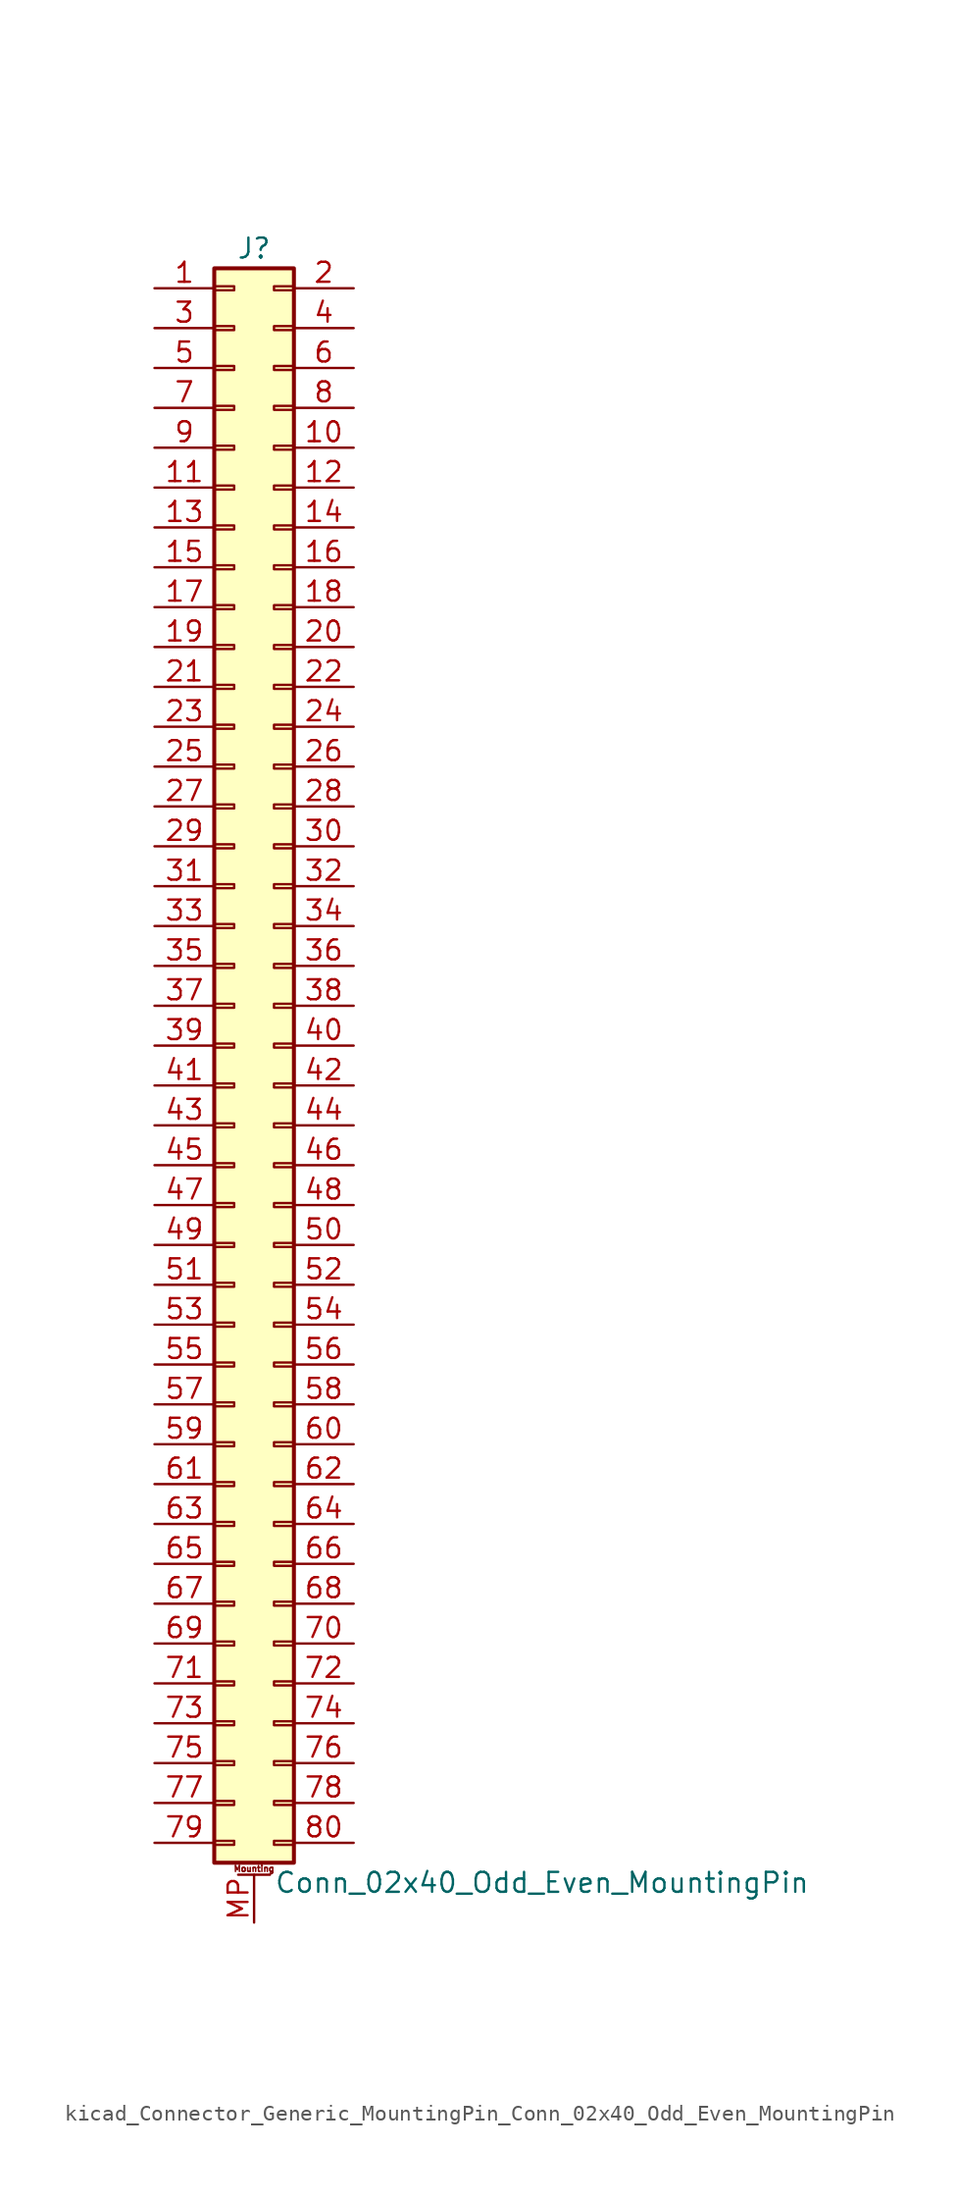
<source format=kicad_sym>
(kicad_symbol_lib
  (version 20220914)
  (generator kicad_symbol_editor)
  (symbol "kicad_Connector_Generic_MountingPin_Conn_02x40_Odd_Even_MountingPin"
    (pin_names
      (offset 1.016) hide)
    (property "Reference" "J"
      (at 1.27 50.8 0)
      (effects (font (size 1.27 1.27))))
    (property "Value" "Conn_02x40_Odd_Even_MountingPin"
      (at 2.54 -53.34 0)
      (effects (font (size 1.27 1.27)) (justify left)))
    (symbol "kicad_Connector_Generic_MountingPin_Conn_02x40_Odd_Even_MountingPin_1_1"
      (rectangle (start -1.27 -50.673) (end 0 -50.927) (stroke (width 0.152) (type default)) (fill (type none)))
      (rectangle (start -1.27 -48.133) (end 0 -48.387) (stroke (width 0.152) (type default)) (fill (type none)))
      (rectangle (start -1.27 -45.593) (end 0 -45.847) (stroke (width 0.152) (type default)) (fill (type none)))
      (rectangle (start -1.27 -43.053) (end 0 -43.307) (stroke (width 0.152) (type default)) (fill (type none)))
      (rectangle (start -1.27 -40.513) (end 0 -40.767) (stroke (width 0.152) (type default)) (fill (type none)))
      (rectangle (start -1.27 -37.973) (end 0 -38.227) (stroke (width 0.152) (type default)) (fill (type none)))
      (rectangle (start -1.27 -35.433) (end 0 -35.687) (stroke (width 0.152) (type default)) (fill (type none)))
      (rectangle (start -1.27 -32.893) (end 0 -33.147) (stroke (width 0.152) (type default)) (fill (type none)))
      (rectangle (start -1.27 -30.353) (end 0 -30.607) (stroke (width 0.152) (type default)) (fill (type none)))
      (rectangle (start -1.27 -27.813) (end 0 -28.067) (stroke (width 0.152) (type default)) (fill (type none)))
      (rectangle (start -1.27 -25.273) (end 0 -25.527) (stroke (width 0.152) (type default)) (fill (type none)))
      (rectangle (start -1.27 -22.733) (end 0 -22.987) (stroke (width 0.152) (type default)) (fill (type none)))
      (rectangle (start -1.27 -20.193) (end 0 -20.447) (stroke (width 0.152) (type default)) (fill (type none)))
      (rectangle (start -1.27 -17.653) (end 0 -17.907) (stroke (width 0.152) (type default)) (fill (type none)))
      (rectangle (start -1.27 -15.113) (end 0 -15.367) (stroke (width 0.152) (type default)) (fill (type none)))
      (rectangle (start -1.27 -12.573) (end 0 -12.827) (stroke (width 0.152) (type default)) (fill (type none)))
      (rectangle (start -1.27 -10.033) (end 0 -10.287) (stroke (width 0.152) (type default)) (fill (type none)))
      (rectangle (start -1.27 -7.493) (end 0 -7.747) (stroke (width 0.152) (type default)) (fill (type none)))
      (rectangle (start -1.27 -4.953) (end 0 -5.207) (stroke (width 0.152) (type default)) (fill (type none)))
      (rectangle (start -1.27 -2.413) (end 0 -2.667) (stroke (width 0.152) (type default)) (fill (type none)))
      (rectangle (start -1.27 0.127) (end 0 -0.127) (stroke (width 0.152) (type default)) (fill (type none)))
      (rectangle (start -1.27 2.667) (end 0 2.413) (stroke (width 0.152) (type default)) (fill (type none)))
      (rectangle (start -1.27 5.207) (end 0 4.953) (stroke (width 0.152) (type default)) (fill (type none)))
      (rectangle (start -1.27 7.747) (end 0 7.493) (stroke (width 0.152) (type default)) (fill (type none)))
      (rectangle (start -1.27 10.287) (end 0 10.033) (stroke (width 0.152) (type default)) (fill (type none)))
      (rectangle (start -1.27 12.827) (end 0 12.573) (stroke (width 0.152) (type default)) (fill (type none)))
      (rectangle (start -1.27 15.367) (end 0 15.113) (stroke (width 0.152) (type default)) (fill (type none)))
      (rectangle (start -1.27 17.907) (end 0 17.653) (stroke (width 0.152) (type default)) (fill (type none)))
      (rectangle (start -1.27 20.447) (end 0 20.193) (stroke (width 0.152) (type default)) (fill (type none)))
      (rectangle (start -1.27 22.987) (end 0 22.733) (stroke (width 0.152) (type default)) (fill (type none)))
      (rectangle (start -1.27 25.527) (end 0 25.273) (stroke (width 0.152) (type default)) (fill (type none)))
      (rectangle (start -1.27 28.067) (end 0 27.813) (stroke (width 0.152) (type default)) (fill (type none)))
      (rectangle (start -1.27 30.607) (end 0 30.353) (stroke (width 0.152) (type default)) (fill (type none)))
      (rectangle (start -1.27 33.147) (end 0 32.893) (stroke (width 0.152) (type default)) (fill (type none)))
      (rectangle (start -1.27 35.687) (end 0 35.433) (stroke (width 0.152) (type default)) (fill (type none)))
      (rectangle (start -1.27 38.227) (end 0 37.973) (stroke (width 0.152) (type default)) (fill (type none)))
      (rectangle (start -1.27 40.767) (end 0 40.513) (stroke (width 0.152) (type default)) (fill (type none)))
      (rectangle (start -1.27 43.307) (end 0 43.053) (stroke (width 0.152) (type default)) (fill (type none)))
      (rectangle (start -1.27 45.847) (end 0 45.593) (stroke (width 0.152) (type default)) (fill (type none)))
      (rectangle (start -1.27 48.387) (end 0 48.133) (stroke (width 0.152) (type default)) (fill (type none)))
      (rectangle (start -1.27 49.53) (end 3.81 -52.07) (stroke (width 0.254) (type default)) (fill (type background)))
      (polyline (pts (xy 0.254 -52.832) (xy 2.286 -52.832)) (stroke (width 0.152) (type default)) (fill (type none)))
      (rectangle (start 3.81 -50.673) (end 2.54 -50.927) (stroke (width 0.152) (type default)) (fill (type none)))
      (rectangle (start 3.81 -48.133) (end 2.54 -48.387) (stroke (width 0.152) (type default)) (fill (type none)))
      (rectangle (start 3.81 -45.593) (end 2.54 -45.847) (stroke (width 0.152) (type default)) (fill (type none)))
      (rectangle (start 3.81 -43.053) (end 2.54 -43.307) (stroke (width 0.152) (type default)) (fill (type none)))
      (rectangle (start 3.81 -40.513) (end 2.54 -40.767) (stroke (width 0.152) (type default)) (fill (type none)))
      (rectangle (start 3.81 -37.973) (end 2.54 -38.227) (stroke (width 0.152) (type default)) (fill (type none)))
      (rectangle (start 3.81 -35.433) (end 2.54 -35.687) (stroke (width 0.152) (type default)) (fill (type none)))
      (rectangle (start 3.81 -32.893) (end 2.54 -33.147) (stroke (width 0.152) (type default)) (fill (type none)))
      (rectangle (start 3.81 -30.353) (end 2.54 -30.607) (stroke (width 0.152) (type default)) (fill (type none)))
      (rectangle (start 3.81 -27.813) (end 2.54 -28.067) (stroke (width 0.152) (type default)) (fill (type none)))
      (rectangle (start 3.81 -25.273) (end 2.54 -25.527) (stroke (width 0.152) (type default)) (fill (type none)))
      (rectangle (start 3.81 -22.733) (end 2.54 -22.987) (stroke (width 0.152) (type default)) (fill (type none)))
      (rectangle (start 3.81 -20.193) (end 2.54 -20.447) (stroke (width 0.152) (type default)) (fill (type none)))
      (rectangle (start 3.81 -17.653) (end 2.54 -17.907) (stroke (width 0.152) (type default)) (fill (type none)))
      (rectangle (start 3.81 -15.113) (end 2.54 -15.367) (stroke (width 0.152) (type default)) (fill (type none)))
      (rectangle (start 3.81 -12.573) (end 2.54 -12.827) (stroke (width 0.152) (type default)) (fill (type none)))
      (rectangle (start 3.81 -10.033) (end 2.54 -10.287) (stroke (width 0.152) (type default)) (fill (type none)))
      (rectangle (start 3.81 -7.493) (end 2.54 -7.747) (stroke (width 0.152) (type default)) (fill (type none)))
      (rectangle (start 3.81 -4.953) (end 2.54 -5.207) (stroke (width 0.152) (type default)) (fill (type none)))
      (rectangle (start 3.81 -2.413) (end 2.54 -2.667) (stroke (width 0.152) (type default)) (fill (type none)))
      (rectangle (start 3.81 0.127) (end 2.54 -0.127) (stroke (width 0.152) (type default)) (fill (type none)))
      (rectangle (start 3.81 2.667) (end 2.54 2.413) (stroke (width 0.152) (type default)) (fill (type none)))
      (rectangle (start 3.81 5.207) (end 2.54 4.953) (stroke (width 0.152) (type default)) (fill (type none)))
      (rectangle (start 3.81 7.747) (end 2.54 7.493) (stroke (width 0.152) (type default)) (fill (type none)))
      (rectangle (start 3.81 10.287) (end 2.54 10.033) (stroke (width 0.152) (type default)) (fill (type none)))
      (rectangle (start 3.81 12.827) (end 2.54 12.573) (stroke (width 0.152) (type default)) (fill (type none)))
      (rectangle (start 3.81 15.367) (end 2.54 15.113) (stroke (width 0.152) (type default)) (fill (type none)))
      (rectangle (start 3.81 17.907) (end 2.54 17.653) (stroke (width 0.152) (type default)) (fill (type none)))
      (rectangle (start 3.81 20.447) (end 2.54 20.193) (stroke (width 0.152) (type default)) (fill (type none)))
      (rectangle (start 3.81 22.987) (end 2.54 22.733) (stroke (width 0.152) (type default)) (fill (type none)))
      (rectangle (start 3.81 25.527) (end 2.54 25.273) (stroke (width 0.152) (type default)) (fill (type none)))
      (rectangle (start 3.81 28.067) (end 2.54 27.813) (stroke (width 0.152) (type default)) (fill (type none)))
      (rectangle (start 3.81 30.607) (end 2.54 30.353) (stroke (width 0.152) (type default)) (fill (type none)))
      (rectangle (start 3.81 33.147) (end 2.54 32.893) (stroke (width 0.152) (type default)) (fill (type none)))
      (rectangle (start 3.81 35.687) (end 2.54 35.433) (stroke (width 0.152) (type default)) (fill (type none)))
      (rectangle (start 3.81 38.227) (end 2.54 37.973) (stroke (width 0.152) (type default)) (fill (type none)))
      (rectangle (start 3.81 40.767) (end 2.54 40.513) (stroke (width 0.152) (type default)) (fill (type none)))
      (rectangle (start 3.81 43.307) (end 2.54 43.053) (stroke (width 0.152) (type default)) (fill (type none)))
      (rectangle (start 3.81 45.847) (end 2.54 45.593) (stroke (width 0.152) (type default)) (fill (type none)))
      (rectangle (start 3.81 48.387) (end 2.54 48.133) (stroke (width 0.152) (type default)) (fill (type none)))
      (text "Mounting" (at 1.27 -52.451 0) (effects (font (size 0.381 0.381))))
      (pin passive line (at -5.08 48.26 0) (length 3.81) (name "Pin_1" (effects (font (size 1.27 1.27)))) (number "1" (effects (font (size 1.27 1.27)))))
      (pin passive line (at 7.62 38.1 180) (length 3.81) (name "Pin_10" (effects (font (size 1.27 1.27)))) (number "10" (effects (font (size 1.27 1.27)))))
      (pin passive line (at -5.08 35.56 0) (length 3.81) (name "Pin_11" (effects (font (size 1.27 1.27)))) (number "11" (effects (font (size 1.27 1.27)))))
      (pin passive line (at 7.62 35.56 180) (length 3.81) (name "Pin_12" (effects (font (size 1.27 1.27)))) (number "12" (effects (font (size 1.27 1.27)))))
      (pin passive line (at -5.08 33.02 0) (length 3.81) (name "Pin_13" (effects (font (size 1.27 1.27)))) (number "13" (effects (font (size 1.27 1.27)))))
      (pin passive line (at 7.62 33.02 180) (length 3.81) (name "Pin_14" (effects (font (size 1.27 1.27)))) (number "14" (effects (font (size 1.27 1.27)))))
      (pin passive line (at -5.08 30.48 0) (length 3.81) (name "Pin_15" (effects (font (size 1.27 1.27)))) (number "15" (effects (font (size 1.27 1.27)))))
      (pin passive line (at 7.62 30.48 180) (length 3.81) (name "Pin_16" (effects (font (size 1.27 1.27)))) (number "16" (effects (font (size 1.27 1.27)))))
      (pin passive line (at -5.08 27.94 0) (length 3.81) (name "Pin_17" (effects (font (size 1.27 1.27)))) (number "17" (effects (font (size 1.27 1.27)))))
      (pin passive line (at 7.62 27.94 180) (length 3.81) (name "Pin_18" (effects (font (size 1.27 1.27)))) (number "18" (effects (font (size 1.27 1.27)))))
      (pin passive line (at -5.08 25.4 0) (length 3.81) (name "Pin_19" (effects (font (size 1.27 1.27)))) (number "19" (effects (font (size 1.27 1.27)))))
      (pin passive line (at 7.62 48.26 180) (length 3.81) (name "Pin_2" (effects (font (size 1.27 1.27)))) (number "2" (effects (font (size 1.27 1.27)))))
      (pin passive line (at 7.62 25.4 180) (length 3.81) (name "Pin_20" (effects (font (size 1.27 1.27)))) (number "20" (effects (font (size 1.27 1.27)))))
      (pin passive line (at -5.08 22.86 0) (length 3.81) (name "Pin_21" (effects (font (size 1.27 1.27)))) (number "21" (effects (font (size 1.27 1.27)))))
      (pin passive line (at 7.62 22.86 180) (length 3.81) (name "Pin_22" (effects (font (size 1.27 1.27)))) (number "22" (effects (font (size 1.27 1.27)))))
      (pin passive line (at -5.08 20.32 0) (length 3.81) (name "Pin_23" (effects (font (size 1.27 1.27)))) (number "23" (effects (font (size 1.27 1.27)))))
      (pin passive line (at 7.62 20.32 180) (length 3.81) (name "Pin_24" (effects (font (size 1.27 1.27)))) (number "24" (effects (font (size 1.27 1.27)))))
      (pin passive line (at -5.08 17.78 0) (length 3.81) (name "Pin_25" (effects (font (size 1.27 1.27)))) (number "25" (effects (font (size 1.27 1.27)))))
      (pin passive line (at 7.62 17.78 180) (length 3.81) (name "Pin_26" (effects (font (size 1.27 1.27)))) (number "26" (effects (font (size 1.27 1.27)))))
      (pin passive line (at -5.08 15.24 0) (length 3.81) (name "Pin_27" (effects (font (size 1.27 1.27)))) (number "27" (effects (font (size 1.27 1.27)))))
      (pin passive line (at 7.62 15.24 180) (length 3.81) (name "Pin_28" (effects (font (size 1.27 1.27)))) (number "28" (effects (font (size 1.27 1.27)))))
      (pin passive line (at -5.08 12.7 0) (length 3.81) (name "Pin_29" (effects (font (size 1.27 1.27)))) (number "29" (effects (font (size 1.27 1.27)))))
      (pin passive line (at -5.08 45.72 0) (length 3.81) (name "Pin_3" (effects (font (size 1.27 1.27)))) (number "3" (effects (font (size 1.27 1.27)))))
      (pin passive line (at 7.62 12.7 180) (length 3.81) (name "Pin_30" (effects (font (size 1.27 1.27)))) (number "30" (effects (font (size 1.27 1.27)))))
      (pin passive line (at -5.08 10.16 0) (length 3.81) (name "Pin_31" (effects (font (size 1.27 1.27)))) (number "31" (effects (font (size 1.27 1.27)))))
      (pin passive line (at 7.62 10.16 180) (length 3.81) (name "Pin_32" (effects (font (size 1.27 1.27)))) (number "32" (effects (font (size 1.27 1.27)))))
      (pin passive line (at -5.08 7.62 0) (length 3.81) (name "Pin_33" (effects (font (size 1.27 1.27)))) (number "33" (effects (font (size 1.27 1.27)))))
      (pin passive line (at 7.62 7.62 180) (length 3.81) (name "Pin_34" (effects (font (size 1.27 1.27)))) (number "34" (effects (font (size 1.27 1.27)))))
      (pin passive line (at -5.08 5.08 0) (length 3.81) (name "Pin_35" (effects (font (size 1.27 1.27)))) (number "35" (effects (font (size 1.27 1.27)))))
      (pin passive line (at 7.62 5.08 180) (length 3.81) (name "Pin_36" (effects (font (size 1.27 1.27)))) (number "36" (effects (font (size 1.27 1.27)))))
      (pin passive line (at -5.08 2.54 0) (length 3.81) (name "Pin_37" (effects (font (size 1.27 1.27)))) (number "37" (effects (font (size 1.27 1.27)))))
      (pin passive line (at 7.62 2.54 180) (length 3.81) (name "Pin_38" (effects (font (size 1.27 1.27)))) (number "38" (effects (font (size 1.27 1.27)))))
      (pin passive line (at -5.08 0 0) (length 3.81) (name "Pin_39" (effects (font (size 1.27 1.27)))) (number "39" (effects (font (size 1.27 1.27)))))
      (pin passive line (at 7.62 45.72 180) (length 3.81) (name "Pin_4" (effects (font (size 1.27 1.27)))) (number "4" (effects (font (size 1.27 1.27)))))
      (pin passive line (at 7.62 0 180) (length 3.81) (name "Pin_40" (effects (font (size 1.27 1.27)))) (number "40" (effects (font (size 1.27 1.27)))))
      (pin passive line (at -5.08 -2.54 0) (length 3.81) (name "Pin_41" (effects (font (size 1.27 1.27)))) (number "41" (effects (font (size 1.27 1.27)))))
      (pin passive line (at 7.62 -2.54 180) (length 3.81) (name "Pin_42" (effects (font (size 1.27 1.27)))) (number "42" (effects (font (size 1.27 1.27)))))
      (pin passive line (at -5.08 -5.08 0) (length 3.81) (name "Pin_43" (effects (font (size 1.27 1.27)))) (number "43" (effects (font (size 1.27 1.27)))))
      (pin passive line (at 7.62 -5.08 180) (length 3.81) (name "Pin_44" (effects (font (size 1.27 1.27)))) (number "44" (effects (font (size 1.27 1.27)))))
      (pin passive line (at -5.08 -7.62 0) (length 3.81) (name "Pin_45" (effects (font (size 1.27 1.27)))) (number "45" (effects (font (size 1.27 1.27)))))
      (pin passive line (at 7.62 -7.62 180) (length 3.81) (name "Pin_46" (effects (font (size 1.27 1.27)))) (number "46" (effects (font (size 1.27 1.27)))))
      (pin passive line (at -5.08 -10.16 0) (length 3.81) (name "Pin_47" (effects (font (size 1.27 1.27)))) (number "47" (effects (font (size 1.27 1.27)))))
      (pin passive line (at 7.62 -10.16 180) (length 3.81) (name "Pin_48" (effects (font (size 1.27 1.27)))) (number "48" (effects (font (size 1.27 1.27)))))
      (pin passive line (at -5.08 -12.7 0) (length 3.81) (name "Pin_49" (effects (font (size 1.27 1.27)))) (number "49" (effects (font (size 1.27 1.27)))))
      (pin passive line (at -5.08 43.18 0) (length 3.81) (name "Pin_5" (effects (font (size 1.27 1.27)))) (number "5" (effects (font (size 1.27 1.27)))))
      (pin passive line (at 7.62 -12.7 180) (length 3.81) (name "Pin_50" (effects (font (size 1.27 1.27)))) (number "50" (effects (font (size 1.27 1.27)))))
      (pin passive line (at -5.08 -15.24 0) (length 3.81) (name "Pin_51" (effects (font (size 1.27 1.27)))) (number "51" (effects (font (size 1.27 1.27)))))
      (pin passive line (at 7.62 -15.24 180) (length 3.81) (name "Pin_52" (effects (font (size 1.27 1.27)))) (number "52" (effects (font (size 1.27 1.27)))))
      (pin passive line (at -5.08 -17.78 0) (length 3.81) (name "Pin_53" (effects (font (size 1.27 1.27)))) (number "53" (effects (font (size 1.27 1.27)))))
      (pin passive line (at 7.62 -17.78 180) (length 3.81) (name "Pin_54" (effects (font (size 1.27 1.27)))) (number "54" (effects (font (size 1.27 1.27)))))
      (pin passive line (at -5.08 -20.32 0) (length 3.81) (name "Pin_55" (effects (font (size 1.27 1.27)))) (number "55" (effects (font (size 1.27 1.27)))))
      (pin passive line (at 7.62 -20.32 180) (length 3.81) (name "Pin_56" (effects (font (size 1.27 1.27)))) (number "56" (effects (font (size 1.27 1.27)))))
      (pin passive line (at -5.08 -22.86 0) (length 3.81) (name "Pin_57" (effects (font (size 1.27 1.27)))) (number "57" (effects (font (size 1.27 1.27)))))
      (pin passive line (at 7.62 -22.86 180) (length 3.81) (name "Pin_58" (effects (font (size 1.27 1.27)))) (number "58" (effects (font (size 1.27 1.27)))))
      (pin passive line (at -5.08 -25.4 0) (length 3.81) (name "Pin_59" (effects (font (size 1.27 1.27)))) (number "59" (effects (font (size 1.27 1.27)))))
      (pin passive line (at 7.62 43.18 180) (length 3.81) (name "Pin_6" (effects (font (size 1.27 1.27)))) (number "6" (effects (font (size 1.27 1.27)))))
      (pin passive line (at 7.62 -25.4 180) (length 3.81) (name "Pin_60" (effects (font (size 1.27 1.27)))) (number "60" (effects (font (size 1.27 1.27)))))
      (pin passive line (at -5.08 -27.94 0) (length 3.81) (name "Pin_61" (effects (font (size 1.27 1.27)))) (number "61" (effects (font (size 1.27 1.27)))))
      (pin passive line (at 7.62 -27.94 180) (length 3.81) (name "Pin_62" (effects (font (size 1.27 1.27)))) (number "62" (effects (font (size 1.27 1.27)))))
      (pin passive line (at -5.08 -30.48 0) (length 3.81) (name "Pin_63" (effects (font (size 1.27 1.27)))) (number "63" (effects (font (size 1.27 1.27)))))
      (pin passive line (at 7.62 -30.48 180) (length 3.81) (name "Pin_64" (effects (font (size 1.27 1.27)))) (number "64" (effects (font (size 1.27 1.27)))))
      (pin passive line (at -5.08 -33.02 0) (length 3.81) (name "Pin_65" (effects (font (size 1.27 1.27)))) (number "65" (effects (font (size 1.27 1.27)))))
      (pin passive line (at 7.62 -33.02 180) (length 3.81) (name "Pin_66" (effects (font (size 1.27 1.27)))) (number "66" (effects (font (size 1.27 1.27)))))
      (pin passive line (at -5.08 -35.56 0) (length 3.81) (name "Pin_67" (effects (font (size 1.27 1.27)))) (number "67" (effects (font (size 1.27 1.27)))))
      (pin passive line (at 7.62 -35.56 180) (length 3.81) (name "Pin_68" (effects (font (size 1.27 1.27)))) (number "68" (effects (font (size 1.27 1.27)))))
      (pin passive line (at -5.08 -38.1 0) (length 3.81) (name "Pin_69" (effects (font (size 1.27 1.27)))) (number "69" (effects (font (size 1.27 1.27)))))
      (pin passive line (at -5.08 40.64 0) (length 3.81) (name "Pin_7" (effects (font (size 1.27 1.27)))) (number "7" (effects (font (size 1.27 1.27)))))
      (pin passive line (at 7.62 -38.1 180) (length 3.81) (name "Pin_70" (effects (font (size 1.27 1.27)))) (number "70" (effects (font (size 1.27 1.27)))))
      (pin passive line (at -5.08 -40.64 0) (length 3.81) (name "Pin_71" (effects (font (size 1.27 1.27)))) (number "71" (effects (font (size 1.27 1.27)))))
      (pin passive line (at 7.62 -40.64 180) (length 3.81) (name "Pin_72" (effects (font (size 1.27 1.27)))) (number "72" (effects (font (size 1.27 1.27)))))
      (pin passive line (at -5.08 -43.18 0) (length 3.81) (name "Pin_73" (effects (font (size 1.27 1.27)))) (number "73" (effects (font (size 1.27 1.27)))))
      (pin passive line (at 7.62 -43.18 180) (length 3.81) (name "Pin_74" (effects (font (size 1.27 1.27)))) (number "74" (effects (font (size 1.27 1.27)))))
      (pin passive line (at -5.08 -45.72 0) (length 3.81) (name "Pin_75" (effects (font (size 1.27 1.27)))) (number "75" (effects (font (size 1.27 1.27)))))
      (pin passive line (at 7.62 -45.72 180) (length 3.81) (name "Pin_76" (effects (font (size 1.27 1.27)))) (number "76" (effects (font (size 1.27 1.27)))))
      (pin passive line (at -5.08 -48.26 0) (length 3.81) (name "Pin_77" (effects (font (size 1.27 1.27)))) (number "77" (effects (font (size 1.27 1.27)))))
      (pin passive line (at 7.62 -48.26 180) (length 3.81) (name "Pin_78" (effects (font (size 1.27 1.27)))) (number "78" (effects (font (size 1.27 1.27)))))
      (pin passive line (at -5.08 -50.8 0) (length 3.81) (name "Pin_79" (effects (font (size 1.27 1.27)))) (number "79" (effects (font (size 1.27 1.27)))))
      (pin passive line (at 7.62 40.64 180) (length 3.81) (name "Pin_8" (effects (font (size 1.27 1.27)))) (number "8" (effects (font (size 1.27 1.27)))))
      (pin passive line (at 7.62 -50.8 180) (length 3.81) (name "Pin_80" (effects (font (size 1.27 1.27)))) (number "80" (effects (font (size 1.27 1.27)))))
      (pin passive line (at -5.08 38.1 0) (length 3.81) (name "Pin_9" (effects (font (size 1.27 1.27)))) (number "9" (effects (font (size 1.27 1.27)))))
      (pin passive line (at 1.27 -55.88 90) (length 3.048) (name "MountPin" (effects (font (size 1.27 1.27)))) (number "MP" (effects (font (size 1.27 1.27))))))))
</source>
